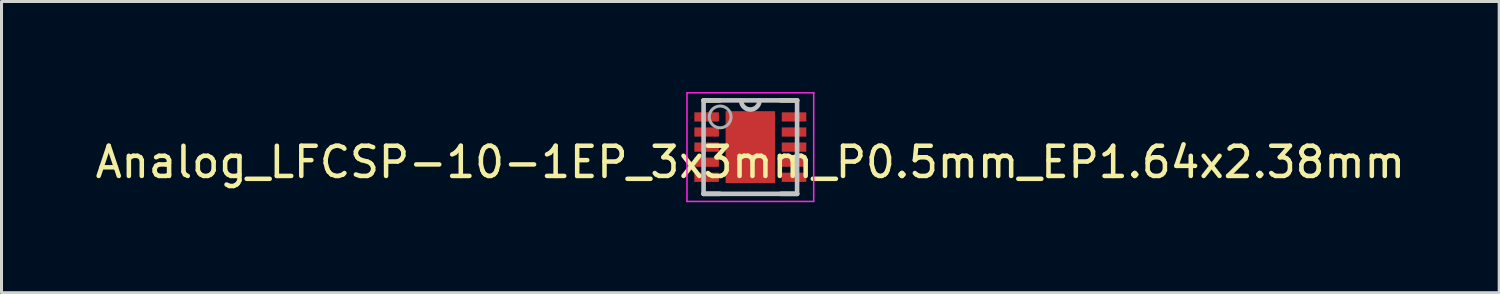
<source format=kicad_pcb>
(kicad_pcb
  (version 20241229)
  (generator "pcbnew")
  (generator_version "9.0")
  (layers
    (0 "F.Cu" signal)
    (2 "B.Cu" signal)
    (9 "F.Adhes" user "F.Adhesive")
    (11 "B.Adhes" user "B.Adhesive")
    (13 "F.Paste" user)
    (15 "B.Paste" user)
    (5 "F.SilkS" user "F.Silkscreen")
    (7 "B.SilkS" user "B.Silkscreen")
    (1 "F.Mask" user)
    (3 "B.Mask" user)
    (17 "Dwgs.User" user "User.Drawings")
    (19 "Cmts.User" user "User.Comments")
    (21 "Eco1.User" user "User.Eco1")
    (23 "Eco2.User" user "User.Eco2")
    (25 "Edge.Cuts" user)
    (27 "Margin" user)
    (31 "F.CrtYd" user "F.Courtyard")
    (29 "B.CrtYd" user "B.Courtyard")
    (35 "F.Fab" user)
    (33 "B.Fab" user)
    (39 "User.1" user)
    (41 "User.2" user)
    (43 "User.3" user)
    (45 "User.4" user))
  (footprint "Analog_LFCSP-10-1EP_3x3mm_P0.5mm_EP1.64x2.38mm"
    (layer "F.Cu")
    (at 21.815 1.825)
    (property "Reference" "Analog_LFCSP-10-1EP_3x3mm_P0.5mm_EP1.64x2.38mm" (at 0 0.5 0) (layer "F.SilkS") (effects (font (size 1 1) (thickness 0.15))))
    (attr smd)
    (fp_line (start -1.549 1.549) (end -1.01 1.549) (stroke (width 0.152) (type solid)) (layer "F.SilkS"))
    (fp_line (start -1.01 -1.549) (end -1.549 -1.549) (stroke (width 0.152) (type solid)) (layer "F.SilkS"))
    (fp_line (start 1.01 1.549) (end 1.549 1.549) (stroke (width 0.152) (type solid)) (layer "F.SilkS"))
    (fp_line (start 1.549 -1.549) (end 1.01 -1.549) (stroke (width 0.152) (type solid)) (layer "F.SilkS"))
    (fp_poly (pts (xy -0.742 -0.119) (xy -0.082 -0.119) (xy -0.082 -1.069) (xy -0.742 -1.069)) (stroke (width 0.01) (type solid)) (fill yes) (layer "F.Paste"))
    (fp_poly (pts (xy -0.742 1.069) (xy -0.082 1.069) (xy -0.082 0.119) (xy -0.742 0.119)) (stroke (width 0.01) (type solid)) (fill yes) (layer "F.Paste"))
    (fp_poly (pts (xy 0.082 -0.119) (xy 0.742 -0.119) (xy 0.742 -1.069) (xy 0.082 -1.069)) (stroke (width 0.01) (type solid)) (fill yes) (layer "F.Paste"))
    (fp_poly (pts (xy 0.082 1.069) (xy 0.742 1.069) (xy 0.742 0.119) (xy 0.082 0.119)) (stroke (width 0.01) (type solid)) (fill yes) (layer "F.Paste"))
    (fp_line (start -1.549 -1.549) (end -1.549 1.549) (stroke (width 0.152) (type solid)) (layer "Dwgs.User"))
    (fp_line (start -1.549 1.549) (end 1.549 1.549) (stroke (width 0.152) (type solid)) (layer "Dwgs.User"))
    (fp_line (start 1.549 -1.549) (end -1.549 -1.549) (stroke (width 0.152) (type solid)) (layer "Dwgs.User"))
    (fp_line (start 1.549 1.549) (end 1.549 -1.549) (stroke (width 0.152) (type solid)) (layer "Dwgs.User"))
    (fp_arc (start 0.3048 -1.5494) (mid 0 -1.2446) (end -0.3048 -1.5494) (stroke (width 0.1524) (type solid)) (layer "Dwgs.User"))
    (fp_line (start -2.1 -1.8) (end 2.1 -1.8) (stroke (width 0.05) (type solid)) (layer "F.CrtYd"))
    (fp_line (start -2.1 1.8) (end -2.1 -1.8) (stroke (width 0.05) (type solid)) (layer "F.CrtYd"))
    (fp_line (start 2.1 -1.8) (end 2.1 1.8) (stroke (width 0.05) (type solid)) (layer "F.CrtYd"))
    (fp_line (start 2.1 1.8) (end -2.1 1.8) (stroke (width 0.05) (type solid)) (layer "F.CrtYd"))
    (fp_line (start -1.55 -1.55) (end 1.55 -1.55) (stroke (width 0.1) (type solid)) (layer "F.Fab"))
    (fp_line (start -1.55 1.55) (end -1.55 -1.55) (stroke (width 0.1) (type solid)) (layer "F.Fab"))
    (fp_line (start 1.55 -1.55) (end 1.55 1.55) (stroke (width 0.1) (type solid)) (layer "F.Fab"))
    (fp_line (start 1.55 1.55) (end -1.55 1.55) (stroke (width 0.1) (type solid)) (layer "F.Fab"))
    (fp_circle (center -1 -1) (end -0.7 -0.8) (stroke (width 0.1) (type solid)) (fill no) (layer "F.Fab"))
    (pad "1" smd rect (at -1.448 -1) (size 0.813 0.305) (layers "F.Cu" "F.Mask" "F.Paste"))
    (pad "2" smd rect (at -1.448 -0.5) (size 0.813 0.305) (layers "F.Cu" "F.Mask" "F.Paste"))
    (pad "3" smd rect (at -1.448 0) (size 0.813 0.305) (layers "F.Cu" "F.Mask" "F.Paste"))
    (pad "4" smd rect (at -1.448 0.5) (size 0.813 0.305) (layers "F.Cu" "F.Mask" "F.Paste"))
    (pad "5" smd rect (at -1.448 1) (size 0.813 0.305) (layers "F.Cu" "F.Mask" "F.Paste"))
    (pad "6" smd rect (at 1.448 1) (size 0.813 0.305) (layers "F.Cu" "F.Mask" "F.Paste"))
    (pad "7" smd rect (at 1.448 0.5) (size 0.813 0.305) (layers "F.Cu" "F.Mask" "F.Paste"))
    (pad "8" smd rect (at 1.448 0) (size 0.813 0.305) (layers "F.Cu" "F.Mask" "F.Paste"))
    (pad "9" smd rect (at 1.448 -0.5) (size 0.813 0.305) (layers "F.Cu" "F.Mask" "F.Paste"))
    (pad "10" smd rect (at 1.448 -1) (size 0.813 0.305) (layers "F.Cu" "F.Mask" "F.Paste"))
    (pad "11" smd rect (at 0 0) (size 1.64 2.38) (layers "F.Cu" "F.Mask")))
  (gr_rect
    (start -3 -3)
    (end 46.631 6.65)
    (stroke (width 0.1) (type default))
    (fill no)
    (layer "Edge.Cuts")))
</source>
